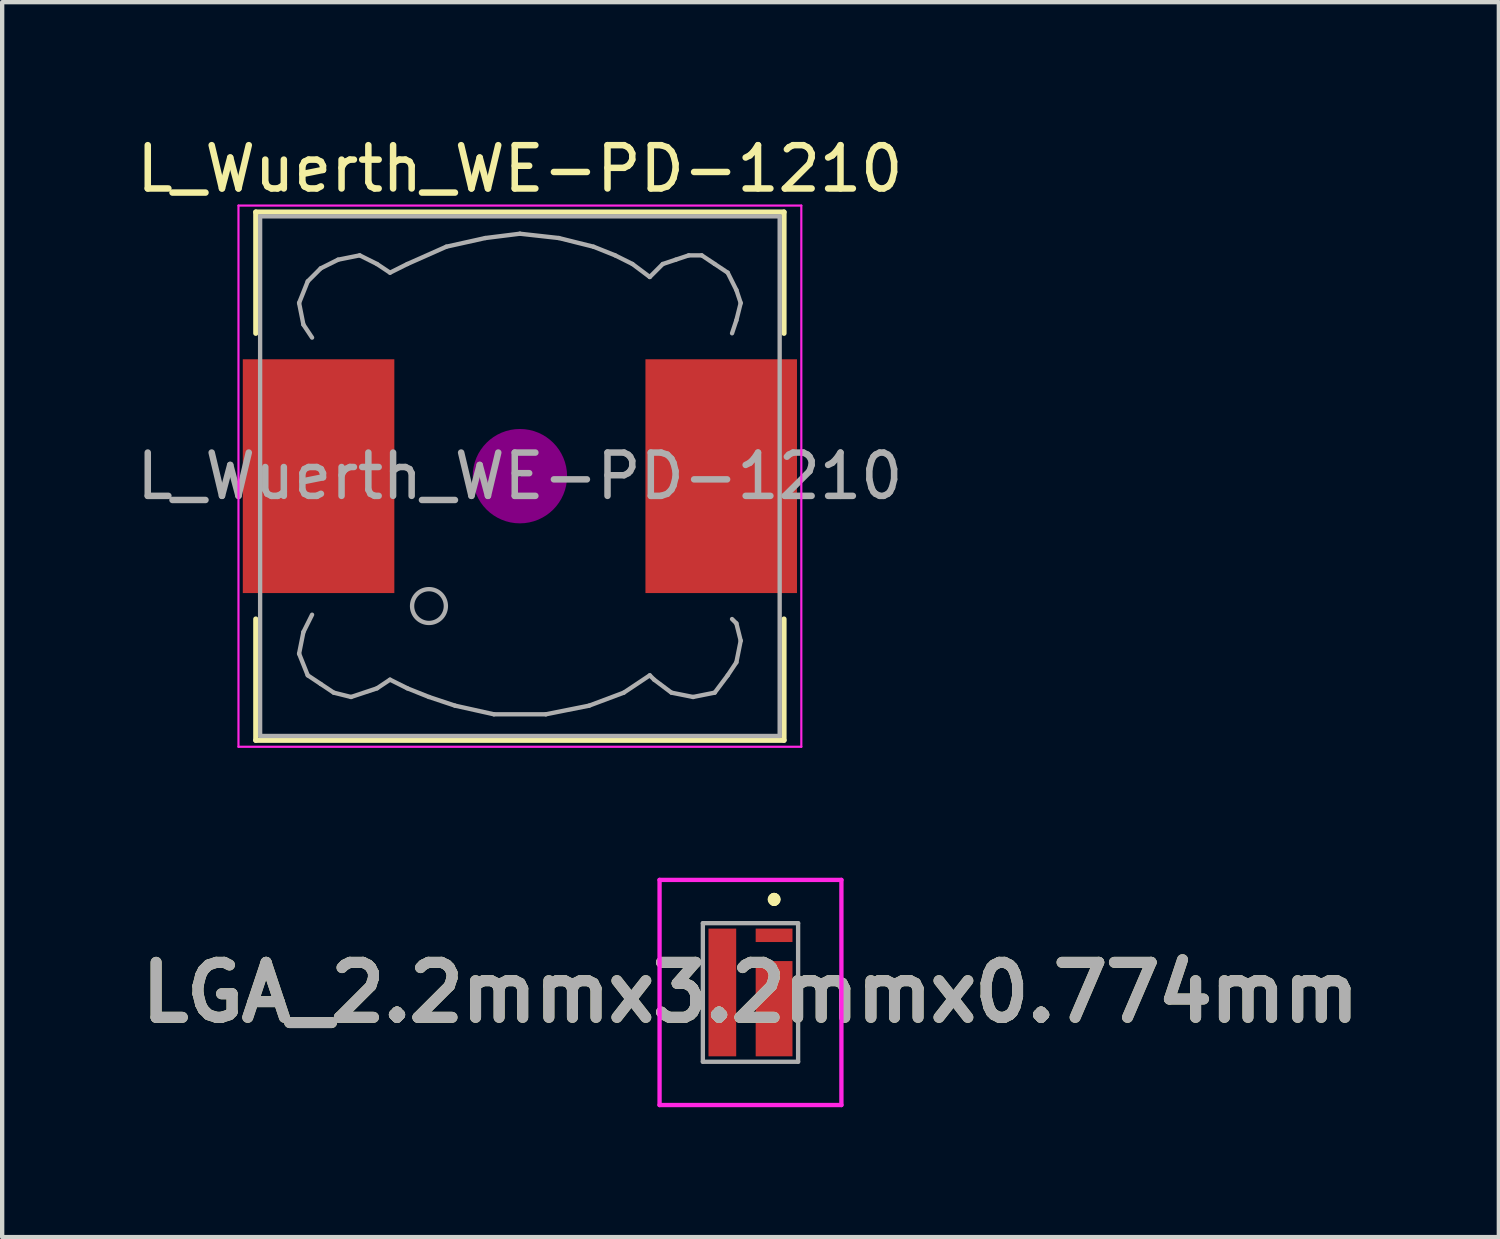
<source format=kicad_pcb>
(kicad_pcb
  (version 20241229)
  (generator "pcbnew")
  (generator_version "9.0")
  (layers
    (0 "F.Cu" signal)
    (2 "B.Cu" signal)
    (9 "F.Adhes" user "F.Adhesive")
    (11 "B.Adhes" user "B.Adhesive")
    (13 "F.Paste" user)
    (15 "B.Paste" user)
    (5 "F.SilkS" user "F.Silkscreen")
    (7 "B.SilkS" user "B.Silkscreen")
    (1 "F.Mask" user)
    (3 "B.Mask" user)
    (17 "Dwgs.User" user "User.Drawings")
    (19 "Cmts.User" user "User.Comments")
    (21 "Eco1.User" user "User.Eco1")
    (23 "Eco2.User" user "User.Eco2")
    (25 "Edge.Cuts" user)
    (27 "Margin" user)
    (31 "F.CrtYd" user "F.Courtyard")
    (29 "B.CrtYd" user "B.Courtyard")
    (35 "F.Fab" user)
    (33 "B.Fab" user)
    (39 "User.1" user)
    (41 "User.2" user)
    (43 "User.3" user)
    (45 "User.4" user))
  (footprint "L_Wuerth_WE-PD-1210"
    (layer "F.Cu")
    (at 8.958 7.948)
    (property "Reference" "L_Wuerth_WE-PD-1210" (at 0 -7.1 0) (layer "F.SilkS") (effects (font (size 1 1) (thickness 0.15))))
    (attr smd)
    (fp_line (start -6.1 -6.1) (end 6.1 -6.1) (stroke (width 0.12) (type solid)) (layer "F.SilkS"))
    (fp_line (start -6.1 -3.3) (end -6.1 -6.1) (stroke (width 0.12) (type solid)) (layer "F.SilkS"))
    (fp_line (start -6.1 6.1) (end -6.1 3.3) (stroke (width 0.12) (type solid)) (layer "F.SilkS"))
    (fp_line (start 6.1 -6.1) (end 6.1 -3.3) (stroke (width 0.12) (type solid)) (layer "F.SilkS"))
    (fp_line (start 6.1 3.3) (end 6.1 6.1) (stroke (width 0.12) (type solid)) (layer "F.SilkS"))
    (fp_line (start 6.1 6.1) (end -6.1 6.1) (stroke (width 0.12) (type solid)) (layer "F.SilkS"))
    (fp_circle (center 0 0) (end 0.15 0.15) (stroke (width 0.38) (type solid)) (fill no) (layer "F.Adhes"))
    (fp_circle (center 0 0) (end 0.55 0) (stroke (width 0.38) (type solid)) (fill no) (layer "F.Adhes"))
    (fp_circle (center 0 0) (end 0.9 0) (stroke (width 0.38) (type solid)) (fill no) (layer "F.Adhes"))
    (fp_line (start -6.5 -6.25) (end 6.5 -6.25) (stroke (width 0.05) (type solid)) (layer "F.CrtYd"))
    (fp_line (start -6.5 6.25) (end -6.5 -6.25) (stroke (width 0.05) (type solid)) (layer "F.CrtYd"))
    (fp_line (start 6.5 -6.25) (end 6.5 6.25) (stroke (width 0.05) (type solid)) (layer "F.CrtYd"))
    (fp_line (start 6.5 6.25) (end -6.5 6.25) (stroke (width 0.05) (type solid)) (layer "F.CrtYd"))
    (fp_line (start -6 -6) (end -6 6) (stroke (width 0.1) (type solid)) (layer "F.Fab"))
    (fp_line (start -6 6) (end 6 6) (stroke (width 0.1) (type solid)) (layer "F.Fab"))
    (fp_line (start -5.1 -4) (end -5 -3.5) (stroke (width 0.1) (type solid)) (layer "F.Fab"))
    (fp_line (start -5.1 4.1) (end -5 3.6) (stroke (width 0.1) (type solid)) (layer "F.Fab"))
    (fp_line (start -5 -3.5) (end -4.8 -3.2) (stroke (width 0.1) (type solid)) (layer "F.Fab"))
    (fp_line (start -5 3.6) (end -4.8 3.2) (stroke (width 0.1) (type solid)) (layer "F.Fab"))
    (fp_line (start -4.9 -4.5) (end -5.1 -4) (stroke (width 0.1) (type solid)) (layer "F.Fab"))
    (fp_line (start -4.9 4.6) (end -5.1 4.1) (stroke (width 0.1) (type solid)) (layer "F.Fab"))
    (fp_line (start -4.6 -4.8) (end -4.9 -4.5) (stroke (width 0.1) (type solid)) (layer "F.Fab"))
    (fp_line (start -4.6 4.8) (end -4.9 4.6) (stroke (width 0.1) (type solid)) (layer "F.Fab"))
    (fp_line (start -4.3 5) (end -4.6 4.8) (stroke (width 0.1) (type solid)) (layer "F.Fab"))
    (fp_line (start -4.2 -5) (end -4.6 -4.8) (stroke (width 0.1) (type solid)) (layer "F.Fab"))
    (fp_line (start -3.9 5.1) (end -4.3 5) (stroke (width 0.1) (type solid)) (layer "F.Fab"))
    (fp_line (start -3.7 -5.1) (end -4.2 -5) (stroke (width 0.1) (type solid)) (layer "F.Fab"))
    (fp_line (start -3.3 -4.9) (end -3.7 -5.1) (stroke (width 0.1) (type solid)) (layer "F.Fab"))
    (fp_line (start -3.3 4.9) (end -3.9 5.1) (stroke (width 0.1) (type solid)) (layer "F.Fab"))
    (fp_line (start -3 -4.7) (end -3.3 -4.9) (stroke (width 0.1) (type solid)) (layer "F.Fab"))
    (fp_line (start -3 4.7) (end -3.3 4.9) (stroke (width 0.1) (type solid)) (layer "F.Fab"))
    (fp_line (start -2.6 -4.9) (end -3 -4.7) (stroke (width 0.1) (type solid)) (layer "F.Fab"))
    (fp_line (start -2.6 4.9) (end -3 4.7) (stroke (width 0.1) (type solid)) (layer "F.Fab"))
    (fp_line (start -2.1 5.1) (end -2.6 4.9) (stroke (width 0.1) (type solid)) (layer "F.Fab"))
    (fp_line (start -1.7 -5.3) (end -2.6 -4.9) (stroke (width 0.1) (type solid)) (layer "F.Fab"))
    (fp_line (start -1.5 5.3) (end -2.1 5.1) (stroke (width 0.1) (type solid)) (layer "F.Fab"))
    (fp_line (start -0.8 -5.5) (end -1.7 -5.3) (stroke (width 0.1) (type solid)) (layer "F.Fab"))
    (fp_line (start -0.6 5.5) (end -1.5 5.3) (stroke (width 0.1) (type solid)) (layer "F.Fab"))
    (fp_line (start 0 -5.6) (end -0.8 -5.5) (stroke (width 0.1) (type solid)) (layer "F.Fab"))
    (fp_line (start 0.6 5.5) (end -0.6 5.5) (stroke (width 0.1) (type solid)) (layer "F.Fab"))
    (fp_line (start 0.9 -5.5) (end 0 -5.6) (stroke (width 0.1) (type solid)) (layer "F.Fab"))
    (fp_line (start 1.6 5.3) (end 0.6 5.5) (stroke (width 0.1) (type solid)) (layer "F.Fab"))
    (fp_line (start 1.7 -5.3) (end 0.9 -5.5) (stroke (width 0.1) (type solid)) (layer "F.Fab"))
    (fp_line (start 2.2 -5.1) (end 1.7 -5.3) (stroke (width 0.1) (type solid)) (layer "F.Fab"))
    (fp_line (start 2.4 5) (end 1.6 5.3) (stroke (width 0.1) (type solid)) (layer "F.Fab"))
    (fp_line (start 2.6 -4.9) (end 2.2 -5.1) (stroke (width 0.1) (type solid)) (layer "F.Fab"))
    (fp_line (start 3 -4.6) (end 2.6 -4.9) (stroke (width 0.1) (type solid)) (layer "F.Fab"))
    (fp_line (start 3 4.6) (end 2.4 5) (stroke (width 0.1) (type solid)) (layer "F.Fab"))
    (fp_line (start 3.1 4.7) (end 3 4.6) (stroke (width 0.1) (type solid)) (layer "F.Fab"))
    (fp_line (start 3.3 -4.9) (end 3 -4.6) (stroke (width 0.1) (type solid)) (layer "F.Fab"))
    (fp_line (start 3.5 5) (end 3.1 4.7) (stroke (width 0.1) (type solid)) (layer "F.Fab"))
    (fp_line (start 3.6 -5) (end 3.3 -4.9) (stroke (width 0.1) (type solid)) (layer "F.Fab"))
    (fp_line (start 3.9 -5.1) (end 3.6 -5) (stroke (width 0.1) (type solid)) (layer "F.Fab"))
    (fp_line (start 4 5.1) (end 3.5 5) (stroke (width 0.1) (type solid)) (layer "F.Fab"))
    (fp_line (start 4.2 -5.1) (end 3.9 -5.1) (stroke (width 0.1) (type solid)) (layer "F.Fab"))
    (fp_line (start 4.5 -4.9) (end 4.2 -5.1) (stroke (width 0.1) (type solid)) (layer "F.Fab"))
    (fp_line (start 4.5 5) (end 4 5.1) (stroke (width 0.1) (type solid)) (layer "F.Fab"))
    (fp_line (start 4.8 -4.7) (end 4.5 -4.9) (stroke (width 0.1) (type solid)) (layer "F.Fab"))
    (fp_line (start 4.8 4.6) (end 4.5 5) (stroke (width 0.1) (type solid)) (layer "F.Fab"))
    (fp_line (start 4.9 -3.3) (end 5 -3.6) (stroke (width 0.1) (type solid)) (layer "F.Fab"))
    (fp_line (start 4.9 3.3) (end 5 3.4) (stroke (width 0.1) (type solid)) (layer "F.Fab"))
    (fp_line (start 5 -4.3) (end 4.8 -4.7) (stroke (width 0.1) (type solid)) (layer "F.Fab"))
    (fp_line (start 5 -3.6) (end 5.1 -4) (stroke (width 0.1) (type solid)) (layer "F.Fab"))
    (fp_line (start 5 3.4) (end 5.1 3.8) (stroke (width 0.1) (type solid)) (layer "F.Fab"))
    (fp_line (start 5 4.3) (end 4.8 4.6) (stroke (width 0.1) (type solid)) (layer "F.Fab"))
    (fp_line (start 5.1 -4) (end 5 -4.3) (stroke (width 0.1) (type solid)) (layer "F.Fab"))
    (fp_line (start 5.1 3.8) (end 5 4.3) (stroke (width 0.1) (type solid)) (layer "F.Fab"))
    (fp_line (start 6 -6) (end -6 -6) (stroke (width 0.1) (type solid)) (layer "F.Fab"))
    (fp_line (start 6 6) (end 6 -6) (stroke (width 0.1) (type solid)) (layer "F.Fab"))
    (fp_circle (center -2.1 3) (end -1.8 3.25) (stroke (width 0.1) (type solid)) (fill no) (layer "F.Fab"))
    (fp_text user "${REFERENCE}" (at 0 0 0) (layer "F.Fab") (effects (font (size 1 1) (thickness 0.15))))
    (pad "1" smd rect (at -4.65 0) (size 3.5 5.4) (layers "F.Cu" "F.Mask" "F.Paste"))
    (pad "2" smd rect (at 4.65 0) (size 3.5 5.4) (layers "F.Cu" "F.Mask" "F.Paste")))
  (footprint "LGA_2.2mmx3.2mmx0.774mm"
    (layer "F.Cu")
    (at 14.284 19.873)
    (property "Reference" "LGA_2.2mmx3.2mmx0.774mm" (at 0 0 0) (layer "F.SilkS") (effects (font (size 1.27 1.27) (thickness 0.254))))
    (attr smd)
    (fp_line (start 0.545 -2.2) (end 0.545 -2.2) (stroke (width 0.2) (type solid)) (layer "F.SilkS"))
    (fp_line (start 0.545 -2.1) (end 0.545 -2.1) (stroke (width 0.2) (type solid)) (layer "F.SilkS"))
    (fp_line (start 0.545 -2.1) (end 0.545 -2.1) (stroke (width 0.2) (type solid)) (layer "F.SilkS"))
    (fp_arc (start 0.545 -2.2) (mid 0.595 -2.15) (end 0.545 -2.1) (stroke (width 0.2) (type solid)) (layer "F.SilkS"))
    (fp_arc (start 0.545 -2.2) (mid 0.595 -2.15) (end 0.545 -2.1) (stroke (width 0.2) (type solid)) (layer "F.SilkS"))
    (fp_arc (start 0.545 -2.1) (mid 0.495 -2.15) (end 0.545 -2.2) (stroke (width 0.2) (type solid)) (layer "F.SilkS"))
    (fp_line (start -2.1 -2.6) (end 2.1 -2.6) (stroke (width 0.1) (type solid)) (layer "F.CrtYd"))
    (fp_line (start -2.1 2.6) (end -2.1 -2.6) (stroke (width 0.1) (type solid)) (layer "F.CrtYd"))
    (fp_line (start 2.1 -2.6) (end 2.1 2.6) (stroke (width 0.1) (type solid)) (layer "F.CrtYd"))
    (fp_line (start 2.1 2.6) (end -2.1 2.6) (stroke (width 0.1) (type solid)) (layer "F.CrtYd"))
    (fp_line (start -1.1 -1.6) (end -1.1 1.6) (stroke (width 0.1) (type solid)) (layer "F.Fab"))
    (fp_line (start -1.1 1.6) (end 1.1 1.6) (stroke (width 0.1) (type solid)) (layer "F.Fab"))
    (fp_line (start 1.1 -1.6) (end -1.1 -1.6) (stroke (width 0.1) (type solid)) (layer "F.Fab"))
    (fp_line (start 1.1 1.6) (end 1.1 -1.6) (stroke (width 0.1) (type solid)) (layer "F.Fab"))
    (fp_text user "${REFERENCE}" (at 0 0 0) (layer "F.Fab") (effects (font (size 1.27 1.27) (thickness 0.254))))
    (pad "1" smd rect (at 0.545 -1.32 90) (size 0.31 0.85) (layers "F.Cu" "F.Mask" "F.Paste"))
    (pad "2" smd rect (at -0.65 0) (size 0.64 2.95) (layers "F.Cu" "F.Mask" "F.Paste"))
    (pad "3" smd rect (at 0.545 0.375) (size 0.85 2.2) (layers "F.Cu" "F.Mask" "F.Paste")))
  (gr_rect
    (start -3 -3)
    (end 31.569 25.523)
    (stroke (width 0.1) (type default))
    (fill no)
    (layer "Edge.Cuts")))
</source>
